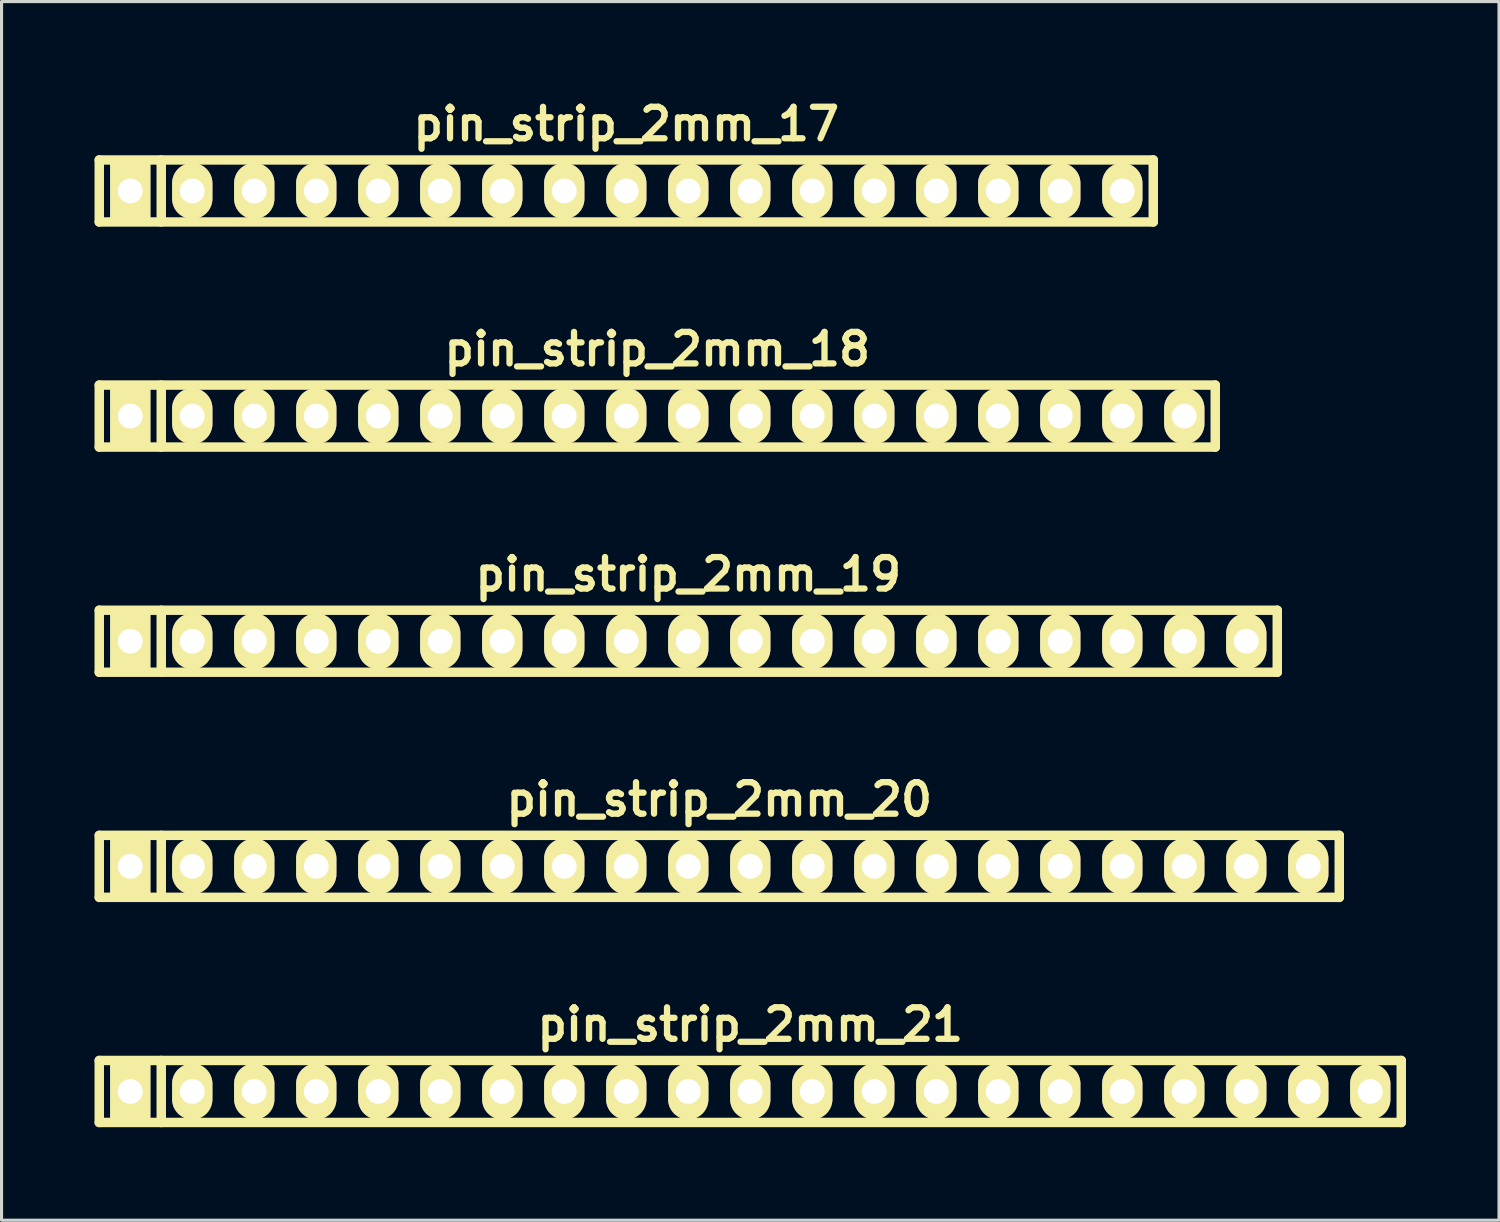
<source format=kicad_pcb>
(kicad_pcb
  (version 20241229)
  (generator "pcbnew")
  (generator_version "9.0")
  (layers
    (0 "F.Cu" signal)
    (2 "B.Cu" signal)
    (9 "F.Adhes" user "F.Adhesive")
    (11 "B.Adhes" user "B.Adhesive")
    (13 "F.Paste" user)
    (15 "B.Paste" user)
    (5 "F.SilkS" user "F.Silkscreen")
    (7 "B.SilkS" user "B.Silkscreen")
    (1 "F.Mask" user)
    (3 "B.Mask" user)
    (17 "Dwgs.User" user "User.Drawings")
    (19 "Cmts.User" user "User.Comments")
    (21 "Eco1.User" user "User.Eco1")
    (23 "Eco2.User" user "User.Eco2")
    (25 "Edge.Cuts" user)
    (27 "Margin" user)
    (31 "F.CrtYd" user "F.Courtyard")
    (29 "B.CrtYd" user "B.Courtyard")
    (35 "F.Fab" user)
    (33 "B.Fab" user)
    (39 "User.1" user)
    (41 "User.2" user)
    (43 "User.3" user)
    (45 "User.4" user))
  (footprint "pin_strip_2mm_20"
    (layer "F.Cu")
    (at 20.152 24.897)
    (property "Reference" "pin_strip_2mm_20" (at 0 -2.159 0) (layer "F.SilkS") (effects (font (size 1.016 1.016) (thickness 0.203))))
    (attr through_hole)
    (fp_line (start -20 -1) (end 20 -1) (stroke (width 0.305) (type solid)) (layer "F.SilkS"))
    (fp_line (start -20 1) (end -20 -1) (stroke (width 0.305) (type solid)) (layer "F.SilkS"))
    (fp_line (start -18 -1) (end -18 1) (stroke (width 0.305) (type solid)) (layer "F.SilkS"))
    (fp_line (start 20 -1) (end 20 1) (stroke (width 0.305) (type solid)) (layer "F.SilkS"))
    (fp_line (start 20 1) (end -20 1) (stroke (width 0.305) (type solid)) (layer "F.SilkS"))
    (pad "1" thru_hole rect (at -19 0) (size 1.3 1.8) (drill 0.8) (layers "*.Cu" "*.Mask" "F.SilkS"))
    (pad "2" thru_hole oval (at -17 0) (size 1.3 1.8) (drill 0.8) (layers "*.Cu" "*.Mask" "F.SilkS"))
    (pad "3" thru_hole oval (at -15 0) (size 1.3 1.8) (drill 0.8) (layers "*.Cu" "*.Mask" "F.SilkS"))
    (pad "4" thru_hole oval (at -13 0) (size 1.3 1.8) (drill 0.8) (layers "*.Cu" "*.Mask" "F.SilkS"))
    (pad "5" thru_hole oval (at -11 0) (size 1.3 1.8) (drill 0.8) (layers "*.Cu" "*.Mask" "F.SilkS"))
    (pad "6" thru_hole oval (at -9 0) (size 1.3 1.8) (drill 0.8) (layers "*.Cu" "*.Mask" "F.SilkS"))
    (pad "7" thru_hole oval (at -7 0) (size 1.3 1.8) (drill 0.8) (layers "*.Cu" "*.Mask" "F.SilkS"))
    (pad "8" thru_hole oval (at -5 0) (size 1.3 1.8) (drill 0.8) (layers "*.Cu" "*.Mask" "F.SilkS"))
    (pad "9" thru_hole oval (at -3 0) (size 1.3 1.8) (drill 0.8) (layers "*.Cu" "*.Mask" "F.SilkS"))
    (pad "10" thru_hole oval (at -1 0) (size 1.3 1.8) (drill 0.8) (layers "*.Cu" "*.Mask" "F.SilkS"))
    (pad "11" thru_hole oval (at 1 0) (size 1.3 1.8) (drill 0.8) (layers "*.Cu" "*.Mask" "F.SilkS"))
    (pad "12" thru_hole oval (at 3 0) (size 1.3 1.8) (drill 0.8) (layers "*.Cu" "*.Mask" "F.SilkS"))
    (pad "13" thru_hole oval (at 5 0) (size 1.3 1.8) (drill 0.8) (layers "*.Cu" "*.Mask" "F.SilkS"))
    (pad "14" thru_hole oval (at 7 0) (size 1.3 1.8) (drill 0.8) (layers "*.Cu" "*.Mask" "F.SilkS"))
    (pad "15" thru_hole oval (at 9 0) (size 1.3 1.8) (drill 0.8) (layers "*.Cu" "*.Mask" "F.SilkS"))
    (pad "16" thru_hole oval (at 11 0) (size 1.3 1.8) (drill 0.8) (layers "*.Cu" "*.Mask" "F.SilkS"))
    (pad "17" thru_hole oval (at 13 0) (size 1.3 1.8) (drill 0.8) (layers "*.Cu" "*.Mask" "F.SilkS"))
    (pad "18" thru_hole oval (at 15 0) (size 1.3 1.8) (drill 0.8) (layers "*.Cu" "*.Mask" "F.SilkS"))
    (pad "19" thru_hole oval (at 17 0) (size 1.3 1.8) (drill 0.8) (layers "*.Cu" "*.Mask" "F.SilkS"))
    (pad "20" thru_hole oval (at 19 0) (size 1.3 1.8) (drill 0.8) (layers "*.Cu" "*.Mask" "F.SilkS")))
  (footprint "pin_strip_2mm_19"
    (layer "F.Cu")
    (at 19.152 17.635)
    (property "Reference" "pin_strip_2mm_19" (at 0 -2.159 0) (layer "F.SilkS") (effects (font (size 1.016 1.016) (thickness 0.203))))
    (attr through_hole)
    (fp_line (start -19 -1) (end 19 -1) (stroke (width 0.305) (type solid)) (layer "F.SilkS"))
    (fp_line (start -19 1) (end -19 -1) (stroke (width 0.305) (type solid)) (layer "F.SilkS"))
    (fp_line (start -17 -1) (end -17 1) (stroke (width 0.305) (type solid)) (layer "F.SilkS"))
    (fp_line (start 19 -1) (end 19 1) (stroke (width 0.305) (type solid)) (layer "F.SilkS"))
    (fp_line (start 19 1) (end -19 1) (stroke (width 0.305) (type solid)) (layer "F.SilkS"))
    (pad "1" thru_hole rect (at -18 0) (size 1.3 1.8) (drill 0.8) (layers "*.Cu" "*.Mask" "F.SilkS"))
    (pad "2" thru_hole oval (at -16 0) (size 1.3 1.8) (drill 0.8) (layers "*.Cu" "*.Mask" "F.SilkS"))
    (pad "3" thru_hole oval (at -14 0) (size 1.3 1.8) (drill 0.8) (layers "*.Cu" "*.Mask" "F.SilkS"))
    (pad "4" thru_hole oval (at -12 0) (size 1.3 1.8) (drill 0.8) (layers "*.Cu" "*.Mask" "F.SilkS"))
    (pad "5" thru_hole oval (at -10 0) (size 1.3 1.8) (drill 0.8) (layers "*.Cu" "*.Mask" "F.SilkS"))
    (pad "6" thru_hole oval (at -8 0) (size 1.3 1.8) (drill 0.8) (layers "*.Cu" "*.Mask" "F.SilkS"))
    (pad "7" thru_hole oval (at -6 0) (size 1.3 1.8) (drill 0.8) (layers "*.Cu" "*.Mask" "F.SilkS"))
    (pad "8" thru_hole oval (at -4 0) (size 1.3 1.8) (drill 0.8) (layers "*.Cu" "*.Mask" "F.SilkS"))
    (pad "9" thru_hole oval (at -2 0) (size 1.3 1.8) (drill 0.8) (layers "*.Cu" "*.Mask" "F.SilkS"))
    (pad "10" thru_hole oval (at 0 0) (size 1.3 1.8) (drill 0.8) (layers "*.Cu" "*.Mask" "F.SilkS"))
    (pad "11" thru_hole oval (at 2 0) (size 1.3 1.8) (drill 0.8) (layers "*.Cu" "*.Mask" "F.SilkS"))
    (pad "12" thru_hole oval (at 4 0) (size 1.3 1.8) (drill 0.8) (layers "*.Cu" "*.Mask" "F.SilkS"))
    (pad "13" thru_hole oval (at 6 0) (size 1.3 1.8) (drill 0.8) (layers "*.Cu" "*.Mask" "F.SilkS"))
    (pad "14" thru_hole oval (at 8 0) (size 1.3 1.8) (drill 0.8) (layers "*.Cu" "*.Mask" "F.SilkS"))
    (pad "15" thru_hole oval (at 10 0) (size 1.3 1.8) (drill 0.8) (layers "*.Cu" "*.Mask" "F.SilkS"))
    (pad "16" thru_hole oval (at 12 0) (size 1.3 1.8) (drill 0.8) (layers "*.Cu" "*.Mask" "F.SilkS"))
    (pad "17" thru_hole oval (at 14 0) (size 1.3 1.8) (drill 0.8) (layers "*.Cu" "*.Mask" "F.SilkS"))
    (pad "18" thru_hole oval (at 16 0) (size 1.3 1.8) (drill 0.8) (layers "*.Cu" "*.Mask" "F.SilkS"))
    (pad "19" thru_hole oval (at 18 0) (size 1.3 1.8) (drill 0.8) (layers "*.Cu" "*.Mask" "F.SilkS")))
  (footprint "pin_strip_2mm_17"
    (layer "F.Cu")
    (at 17.152 3.11)
    (property "Reference" "pin_strip_2mm_17" (at 0 -2.159 0) (layer "F.SilkS") (effects (font (size 1.016 1.016) (thickness 0.203))))
    (attr through_hole)
    (fp_line (start -17 -1) (end 17 -1) (stroke (width 0.305) (type solid)) (layer "F.SilkS"))
    (fp_line (start -17 1) (end -17 -1) (stroke (width 0.305) (type solid)) (layer "F.SilkS"))
    (fp_line (start -15 -1) (end -15 1) (stroke (width 0.305) (type solid)) (layer "F.SilkS"))
    (fp_line (start 17 -1) (end 17 1) (stroke (width 0.305) (type solid)) (layer "F.SilkS"))
    (fp_line (start 17 1) (end -17 1) (stroke (width 0.305) (type solid)) (layer "F.SilkS"))
    (pad "1" thru_hole rect (at -16 0) (size 1.3 1.8) (drill 0.8) (layers "*.Cu" "*.Mask" "F.SilkS"))
    (pad "2" thru_hole oval (at -14 0) (size 1.3 1.8) (drill 0.8) (layers "*.Cu" "*.Mask" "F.SilkS"))
    (pad "3" thru_hole oval (at -12 0) (size 1.3 1.8) (drill 0.8) (layers "*.Cu" "*.Mask" "F.SilkS"))
    (pad "4" thru_hole oval (at -10 0) (size 1.3 1.8) (drill 0.8) (layers "*.Cu" "*.Mask" "F.SilkS"))
    (pad "5" thru_hole oval (at -8 0) (size 1.3 1.8) (drill 0.8) (layers "*.Cu" "*.Mask" "F.SilkS"))
    (pad "6" thru_hole oval (at -6 0) (size 1.3 1.8) (drill 0.8) (layers "*.Cu" "*.Mask" "F.SilkS"))
    (pad "7" thru_hole oval (at -4 0) (size 1.3 1.8) (drill 0.8) (layers "*.Cu" "*.Mask" "F.SilkS"))
    (pad "8" thru_hole oval (at -2 0) (size 1.3 1.8) (drill 0.8) (layers "*.Cu" "*.Mask" "F.SilkS"))
    (pad "9" thru_hole oval (at 0 0) (size 1.3 1.8) (drill 0.8) (layers "*.Cu" "*.Mask" "F.SilkS"))
    (pad "10" thru_hole oval (at 2 0) (size 1.3 1.8) (drill 0.8) (layers "*.Cu" "*.Mask" "F.SilkS"))
    (pad "11" thru_hole oval (at 4 0) (size 1.3 1.8) (drill 0.8) (layers "*.Cu" "*.Mask" "F.SilkS"))
    (pad "12" thru_hole oval (at 6 0) (size 1.3 1.8) (drill 0.8) (layers "*.Cu" "*.Mask" "F.SilkS"))
    (pad "13" thru_hole oval (at 8 0) (size 1.3 1.8) (drill 0.8) (layers "*.Cu" "*.Mask" "F.SilkS"))
    (pad "14" thru_hole oval (at 10 0) (size 1.3 1.8) (drill 0.8) (layers "*.Cu" "*.Mask" "F.SilkS"))
    (pad "15" thru_hole oval (at 12 0) (size 1.3 1.8) (drill 0.8) (layers "*.Cu" "*.Mask" "F.SilkS"))
    (pad "16" thru_hole oval (at 14 0) (size 1.3 1.8) (drill 0.8) (layers "*.Cu" "*.Mask" "F.SilkS"))
    (pad "17" thru_hole oval (at 16 0) (size 1.3 1.8) (drill 0.8) (layers "*.Cu" "*.Mask" "F.SilkS")))
  (footprint "pin_strip_2mm_18"
    (layer "F.Cu")
    (at 18.152 10.372)
    (property "Reference" "pin_strip_2mm_18" (at 0 -2.159 0) (layer "F.SilkS") (effects (font (size 1.016 1.016) (thickness 0.203))))
    (attr through_hole)
    (fp_line (start -18 -1) (end 18 -1) (stroke (width 0.305) (type solid)) (layer "F.SilkS"))
    (fp_line (start -18 1) (end -18 -1) (stroke (width 0.305) (type solid)) (layer "F.SilkS"))
    (fp_line (start -16 -1) (end -16 1) (stroke (width 0.305) (type solid)) (layer "F.SilkS"))
    (fp_line (start 18 -1) (end 18 1) (stroke (width 0.305) (type solid)) (layer "F.SilkS"))
    (fp_line (start 18 1) (end -18 1) (stroke (width 0.305) (type solid)) (layer "F.SilkS"))
    (pad "1" thru_hole rect (at -17 0) (size 1.3 1.8) (drill 0.8) (layers "*.Cu" "*.Mask" "F.SilkS"))
    (pad "2" thru_hole oval (at -15 0) (size 1.3 1.8) (drill 0.8) (layers "*.Cu" "*.Mask" "F.SilkS"))
    (pad "3" thru_hole oval (at -13 0) (size 1.3 1.8) (drill 0.8) (layers "*.Cu" "*.Mask" "F.SilkS"))
    (pad "4" thru_hole oval (at -11 0) (size 1.3 1.8) (drill 0.8) (layers "*.Cu" "*.Mask" "F.SilkS"))
    (pad "5" thru_hole oval (at -9 0) (size 1.3 1.8) (drill 0.8) (layers "*.Cu" "*.Mask" "F.SilkS"))
    (pad "6" thru_hole oval (at -7 0) (size 1.3 1.8) (drill 0.8) (layers "*.Cu" "*.Mask" "F.SilkS"))
    (pad "7" thru_hole oval (at -5 0) (size 1.3 1.8) (drill 0.8) (layers "*.Cu" "*.Mask" "F.SilkS"))
    (pad "8" thru_hole oval (at -3 0) (size 1.3 1.8) (drill 0.8) (layers "*.Cu" "*.Mask" "F.SilkS"))
    (pad "9" thru_hole oval (at -1 0) (size 1.3 1.8) (drill 0.8) (layers "*.Cu" "*.Mask" "F.SilkS"))
    (pad "10" thru_hole oval (at 1 0) (size 1.3 1.8) (drill 0.8) (layers "*.Cu" "*.Mask" "F.SilkS"))
    (pad "11" thru_hole oval (at 3 0) (size 1.3 1.8) (drill 0.8) (layers "*.Cu" "*.Mask" "F.SilkS"))
    (pad "12" thru_hole oval (at 5 0) (size 1.3 1.8) (drill 0.8) (layers "*.Cu" "*.Mask" "F.SilkS"))
    (pad "13" thru_hole oval (at 7 0) (size 1.3 1.8) (drill 0.8) (layers "*.Cu" "*.Mask" "F.SilkS"))
    (pad "14" thru_hole oval (at 9 0) (size 1.3 1.8) (drill 0.8) (layers "*.Cu" "*.Mask" "F.SilkS"))
    (pad "15" thru_hole oval (at 11 0) (size 1.3 1.8) (drill 0.8) (layers "*.Cu" "*.Mask" "F.SilkS"))
    (pad "16" thru_hole oval (at 13 0) (size 1.3 1.8) (drill 0.8) (layers "*.Cu" "*.Mask" "F.SilkS"))
    (pad "17" thru_hole oval (at 15 0) (size 1.3 1.8) (drill 0.8) (layers "*.Cu" "*.Mask" "F.SilkS"))
    (pad "18" thru_hole oval (at 17 0) (size 1.3 1.8) (drill 0.8) (layers "*.Cu" "*.Mask" "F.SilkS")))
  (footprint "pin_strip_2mm_21"
    (layer "F.Cu")
    (at 21.152 32.159)
    (property "Reference" "pin_strip_2mm_21" (at 0 -2.159 0) (layer "F.SilkS") (effects (font (size 1.016 1.016) (thickness 0.203))))
    (attr through_hole)
    (fp_line (start -21 -1) (end 21 -1) (stroke (width 0.305) (type solid)) (layer "F.SilkS"))
    (fp_line (start -21 1) (end -21 -1) (stroke (width 0.305) (type solid)) (layer "F.SilkS"))
    (fp_line (start -19 -1) (end -19 1) (stroke (width 0.305) (type solid)) (layer "F.SilkS"))
    (fp_line (start 21 -1) (end 21 1) (stroke (width 0.305) (type solid)) (layer "F.SilkS"))
    (fp_line (start 21 1) (end -21 1) (stroke (width 0.305) (type solid)) (layer "F.SilkS"))
    (pad "1" thru_hole rect (at -20 0) (size 1.3 1.8) (drill 0.8) (layers "*.Cu" "*.Mask" "F.SilkS"))
    (pad "2" thru_hole oval (at -18 0) (size 1.3 1.8) (drill 0.8) (layers "*.Cu" "*.Mask" "F.SilkS"))
    (pad "3" thru_hole oval (at -16 0) (size 1.3 1.8) (drill 0.8) (layers "*.Cu" "*.Mask" "F.SilkS"))
    (pad "4" thru_hole oval (at -14 0) (size 1.3 1.8) (drill 0.8) (layers "*.Cu" "*.Mask" "F.SilkS"))
    (pad "5" thru_hole oval (at -12 0) (size 1.3 1.8) (drill 0.8) (layers "*.Cu" "*.Mask" "F.SilkS"))
    (pad "6" thru_hole oval (at -10 0) (size 1.3 1.8) (drill 0.8) (layers "*.Cu" "*.Mask" "F.SilkS"))
    (pad "7" thru_hole oval (at -8 0) (size 1.3 1.8) (drill 0.8) (layers "*.Cu" "*.Mask" "F.SilkS"))
    (pad "8" thru_hole oval (at -6 0) (size 1.3 1.8) (drill 0.8) (layers "*.Cu" "*.Mask" "F.SilkS"))
    (pad "9" thru_hole oval (at -4 0) (size 1.3 1.8) (drill 0.8) (layers "*.Cu" "*.Mask" "F.SilkS"))
    (pad "10" thru_hole oval (at -2 0) (size 1.3 1.8) (drill 0.8) (layers "*.Cu" "*.Mask" "F.SilkS"))
    (pad "11" thru_hole oval (at 0 0) (size 1.3 1.8) (drill 0.8) (layers "*.Cu" "*.Mask" "F.SilkS"))
    (pad "12" thru_hole oval (at 2 0) (size 1.3 1.8) (drill 0.8) (layers "*.Cu" "*.Mask" "F.SilkS"))
    (pad "13" thru_hole oval (at 4 0) (size 1.3 1.8) (drill 0.8) (layers "*.Cu" "*.Mask" "F.SilkS"))
    (pad "14" thru_hole oval (at 6 0) (size 1.3 1.8) (drill 0.8) (layers "*.Cu" "*.Mask" "F.SilkS"))
    (pad "15" thru_hole oval (at 8 0) (size 1.3 1.8) (drill 0.8) (layers "*.Cu" "*.Mask" "F.SilkS"))
    (pad "16" thru_hole oval (at 10 0) (size 1.3 1.8) (drill 0.8) (layers "*.Cu" "*.Mask" "F.SilkS"))
    (pad "17" thru_hole oval (at 12 0) (size 1.3 1.8) (drill 0.8) (layers "*.Cu" "*.Mask" "F.SilkS"))
    (pad "18" thru_hole oval (at 14 0) (size 1.3 1.8) (drill 0.8) (layers "*.Cu" "*.Mask" "F.SilkS"))
    (pad "19" thru_hole oval (at 16 0) (size 1.3 1.8) (drill 0.8) (layers "*.Cu" "*.Mask" "F.SilkS"))
    (pad "20" thru_hole oval (at 18 0) (size 1.3 1.8) (drill 0.8) (layers "*.Cu" "*.Mask" "F.SilkS"))
    (pad "21" thru_hole oval (at 20 0) (size 1.3 1.8) (drill 0.8) (layers "*.Cu" "*.Mask" "F.SilkS")))
  (gr_rect
    (start -3 -3)
    (end 45.305 36.312)
    (stroke (width 0.1) (type default))
    (fill no)
    (layer "Edge.Cuts")))
</source>
